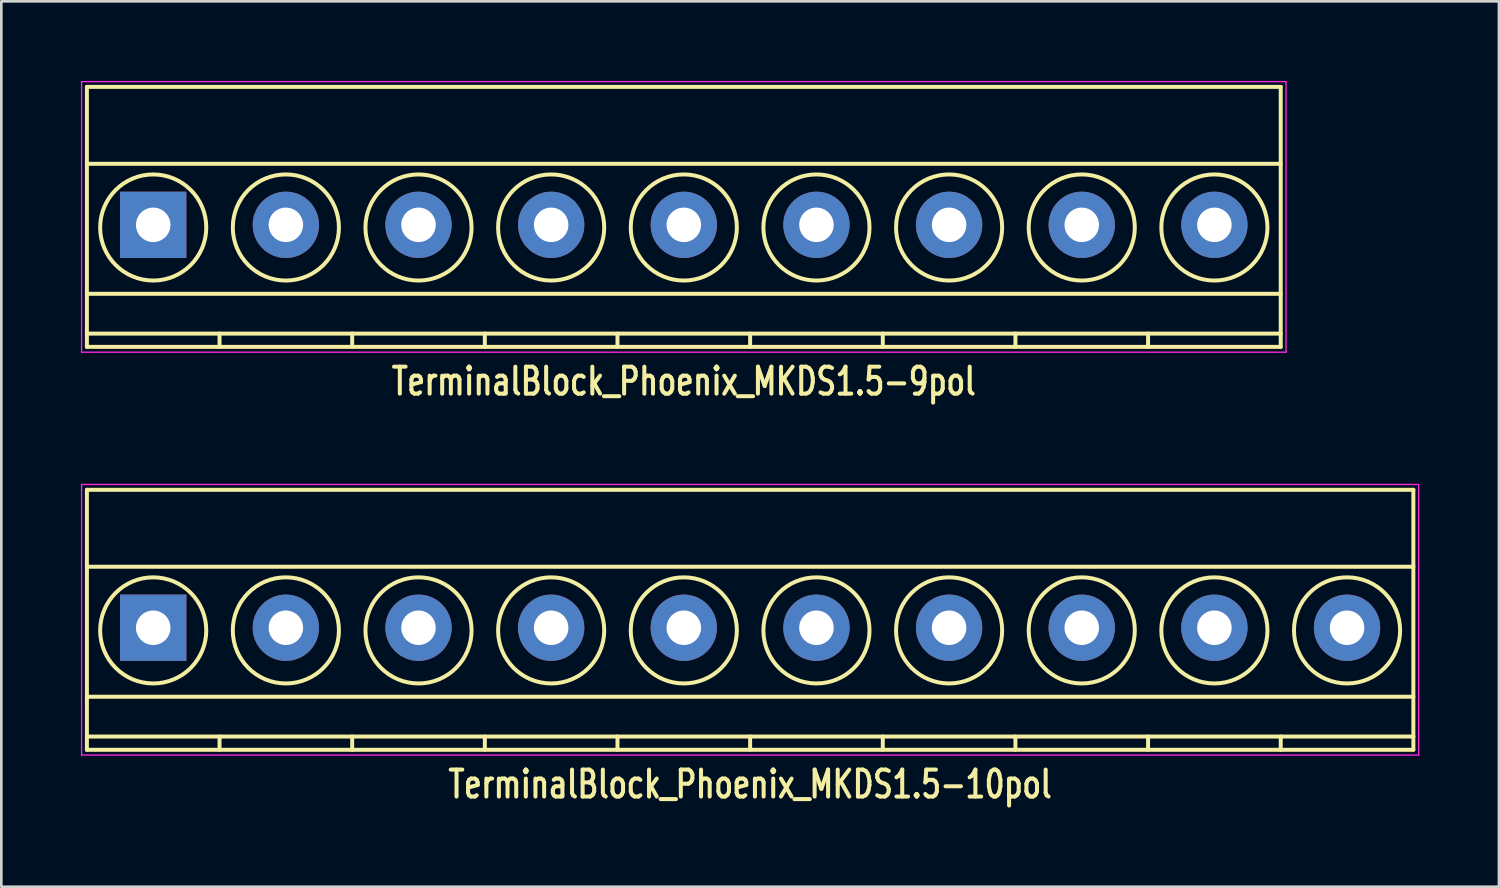
<source format=kicad_pcb>
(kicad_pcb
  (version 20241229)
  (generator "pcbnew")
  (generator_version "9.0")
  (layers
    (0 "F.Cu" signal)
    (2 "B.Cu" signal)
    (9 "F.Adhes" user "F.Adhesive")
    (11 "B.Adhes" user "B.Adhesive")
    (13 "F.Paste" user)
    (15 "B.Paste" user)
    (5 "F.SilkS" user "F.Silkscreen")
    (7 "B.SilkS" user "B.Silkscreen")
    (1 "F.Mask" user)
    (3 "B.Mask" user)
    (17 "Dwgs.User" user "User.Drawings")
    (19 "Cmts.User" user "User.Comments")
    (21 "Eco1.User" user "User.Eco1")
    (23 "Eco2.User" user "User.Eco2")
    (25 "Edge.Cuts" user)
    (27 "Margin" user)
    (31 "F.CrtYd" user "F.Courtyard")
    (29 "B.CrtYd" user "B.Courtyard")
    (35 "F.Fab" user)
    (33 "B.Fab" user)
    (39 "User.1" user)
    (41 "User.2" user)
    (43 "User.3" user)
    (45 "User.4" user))
  (footprint "TerminalBlock_Phoenix_MKDS1.5-9pol"
    (layer "F.Cu")
    (at 2.725 5.425)
    (property "Reference" "TerminalBlock_Phoenix_MKDS1.5-9pol" (at 20 5.9 0) (layer "F.SilkS") (effects (font (size 1.016 0.762) (thickness 0.152))))
    (attr through_hole)
    (fp_line (start -2.5 -5.2) (end -2.5 4.6) (stroke (width 0.15) (type solid)) (layer "F.SilkS"))
    (fp_line (start -2.5 -2.3) (end 42.5 -2.3) (stroke (width 0.15) (type solid)) (layer "F.SilkS"))
    (fp_line (start -2.5 2.6) (end 42.5 2.6) (stroke (width 0.15) (type solid)) (layer "F.SilkS"))
    (fp_line (start -2.5 4.1) (end 42.5 4.1) (stroke (width 0.15) (type solid)) (layer "F.SilkS"))
    (fp_line (start -2.5 4.6) (end 42.5 4.6) (stroke (width 0.15) (type solid)) (layer "F.SilkS"))
    (fp_line (start 2.5 4.1) (end 2.5 4.6) (stroke (width 0.15) (type solid)) (layer "F.SilkS"))
    (fp_line (start 7.5 4.1) (end 7.5 4.6) (stroke (width 0.15) (type solid)) (layer "F.SilkS"))
    (fp_line (start 12.5 4.1) (end 12.5 4.6) (stroke (width 0.15) (type solid)) (layer "F.SilkS"))
    (fp_line (start 17.5 4.1) (end 17.5 4.6) (stroke (width 0.15) (type solid)) (layer "F.SilkS"))
    (fp_line (start 22.5 4.1) (end 22.5 4.6) (stroke (width 0.15) (type solid)) (layer "F.SilkS"))
    (fp_line (start 27.5 4.1) (end 27.5 4.6) (stroke (width 0.15) (type solid)) (layer "F.SilkS"))
    (fp_line (start 32.5 4.1) (end 32.5 4.6) (stroke (width 0.15) (type solid)) (layer "F.SilkS"))
    (fp_line (start 37.5 4.1) (end 37.5 4.6) (stroke (width 0.15) (type solid)) (layer "F.SilkS"))
    (fp_line (start 42.5 -5.2) (end -2.5 -5.2) (stroke (width 0.15) (type solid)) (layer "F.SilkS"))
    (fp_line (start 42.5 4.6) (end 42.5 -5.2) (stroke (width 0.15) (type solid)) (layer "F.SilkS"))
    (fp_circle (center 0 0.1) (end 2 0.1) (stroke (width 0.15) (type solid)) (fill no) (layer "F.SilkS"))
    (fp_circle (center 5 0.1) (end 3 0.1) (stroke (width 0.15) (type solid)) (fill no) (layer "F.SilkS"))
    (fp_circle (center 10 0.1) (end 8 0.1) (stroke (width 0.15) (type solid)) (fill no) (layer "F.SilkS"))
    (fp_circle (center 15 0.1) (end 13 0.1) (stroke (width 0.15) (type solid)) (fill no) (layer "F.SilkS"))
    (fp_circle (center 20 0.1) (end 18 0.1) (stroke (width 0.15) (type solid)) (fill no) (layer "F.SilkS"))
    (fp_circle (center 25 0.1) (end 23 0.1) (stroke (width 0.15) (type solid)) (fill no) (layer "F.SilkS"))
    (fp_circle (center 30 0.1) (end 28 0.1) (stroke (width 0.15) (type solid)) (fill no) (layer "F.SilkS"))
    (fp_circle (center 35 0.1) (end 33 0.1) (stroke (width 0.15) (type solid)) (fill no) (layer "F.SilkS"))
    (fp_circle (center 40 0.1) (end 38 0.1) (stroke (width 0.15) (type solid)) (fill no) (layer "F.SilkS"))
    (fp_line (start -2.7 -5.4) (end 42.7 -5.4) (stroke (width 0.05) (type solid)) (layer "F.CrtYd"))
    (fp_line (start -2.7 4.8) (end -2.7 -5.4) (stroke (width 0.05) (type solid)) (layer "F.CrtYd"))
    (fp_line (start 42.7 -5.4) (end 42.7 4.8) (stroke (width 0.05) (type solid)) (layer "F.CrtYd"))
    (fp_line (start 42.7 4.8) (end -2.7 4.8) (stroke (width 0.05) (type solid)) (layer "F.CrtYd"))
    (pad "1" thru_hole rect (at 0 0) (size 2.5 2.5) (drill 1.3) (layers "*.Cu" "*.Mask"))
    (pad "2" thru_hole circle (at 5 0) (size 2.5 2.5) (drill 1.3) (layers "*.Cu" "*.Mask"))
    (pad "3" thru_hole circle (at 10 0) (size 2.5 2.5) (drill 1.3) (layers "*.Cu" "*.Mask"))
    (pad "4" thru_hole circle (at 15 0) (size 2.5 2.5) (drill 1.3) (layers "*.Cu" "*.Mask"))
    (pad "5" thru_hole circle (at 20 0) (size 2.5 2.5) (drill 1.3) (layers "*.Cu" "*.Mask"))
    (pad "6" thru_hole circle (at 25 0) (size 2.5 2.5) (drill 1.3) (layers "*.Cu" "*.Mask"))
    (pad "7" thru_hole circle (at 30 0) (size 2.5 2.5) (drill 1.3) (layers "*.Cu" "*.Mask"))
    (pad "8" thru_hole circle (at 35 0) (size 2.5 2.5) (drill 1.3) (layers "*.Cu" "*.Mask"))
    (pad "9" thru_hole circle (at 40 0) (size 2.5 2.5) (drill 1.3) (layers "*.Cu" "*.Mask")))
  (footprint "TerminalBlock_Phoenix_MKDS1.5-10pol"
    (layer "F.Cu")
    (at 2.725 20.612)
    (property "Reference" "TerminalBlock_Phoenix_MKDS1.5-10pol" (at 22.5 5.9 0) (layer "F.SilkS") (effects (font (size 1.016 0.762) (thickness 0.152))))
    (attr through_hole)
    (fp_line (start -2.5 -5.2) (end -2.5 4.6) (stroke (width 0.15) (type solid)) (layer "F.SilkS"))
    (fp_line (start -2.5 -2.3) (end 47.5 -2.3) (stroke (width 0.15) (type solid)) (layer "F.SilkS"))
    (fp_line (start -2.5 2.6) (end 47.5 2.6) (stroke (width 0.15) (type solid)) (layer "F.SilkS"))
    (fp_line (start -2.5 4.1) (end 47.5 4.1) (stroke (width 0.15) (type solid)) (layer "F.SilkS"))
    (fp_line (start -2.5 4.6) (end 47.5 4.6) (stroke (width 0.15) (type solid)) (layer "F.SilkS"))
    (fp_line (start 2.5 4.1) (end 2.5 4.6) (stroke (width 0.15) (type solid)) (layer "F.SilkS"))
    (fp_line (start 7.5 4.1) (end 7.5 4.6) (stroke (width 0.15) (type solid)) (layer "F.SilkS"))
    (fp_line (start 12.5 4.1) (end 12.5 4.6) (stroke (width 0.15) (type solid)) (layer "F.SilkS"))
    (fp_line (start 17.5 4.1) (end 17.5 4.6) (stroke (width 0.15) (type solid)) (layer "F.SilkS"))
    (fp_line (start 22.5 4.1) (end 22.5 4.6) (stroke (width 0.15) (type solid)) (layer "F.SilkS"))
    (fp_line (start 27.5 4.1) (end 27.5 4.6) (stroke (width 0.15) (type solid)) (layer "F.SilkS"))
    (fp_line (start 32.5 4.1) (end 32.5 4.6) (stroke (width 0.15) (type solid)) (layer "F.SilkS"))
    (fp_line (start 37.5 4.1) (end 37.5 4.6) (stroke (width 0.15) (type solid)) (layer "F.SilkS"))
    (fp_line (start 42.5 4.1) (end 42.5 4.6) (stroke (width 0.15) (type solid)) (layer "F.SilkS"))
    (fp_line (start 47.5 -5.2) (end -2.5 -5.2) (stroke (width 0.15) (type solid)) (layer "F.SilkS"))
    (fp_line (start 47.5 4.6) (end 47.5 -5.2) (stroke (width 0.15) (type solid)) (layer "F.SilkS"))
    (fp_circle (center 0 0.1) (end 2 0.1) (stroke (width 0.15) (type solid)) (fill no) (layer "F.SilkS"))
    (fp_circle (center 5 0.1) (end 3 0.1) (stroke (width 0.15) (type solid)) (fill no) (layer "F.SilkS"))
    (fp_circle (center 10 0.1) (end 8 0.1) (stroke (width 0.15) (type solid)) (fill no) (layer "F.SilkS"))
    (fp_circle (center 15 0.1) (end 13 0.1) (stroke (width 0.15) (type solid)) (fill no) (layer "F.SilkS"))
    (fp_circle (center 20 0.1) (end 18 0.1) (stroke (width 0.15) (type solid)) (fill no) (layer "F.SilkS"))
    (fp_circle (center 25 0.1) (end 23 0.1) (stroke (width 0.15) (type solid)) (fill no) (layer "F.SilkS"))
    (fp_circle (center 30 0.1) (end 28 0.1) (stroke (width 0.15) (type solid)) (fill no) (layer "F.SilkS"))
    (fp_circle (center 35 0.1) (end 33 0.1) (stroke (width 0.15) (type solid)) (fill no) (layer "F.SilkS"))
    (fp_circle (center 40 0.1) (end 38 0.1) (stroke (width 0.15) (type solid)) (fill no) (layer "F.SilkS"))
    (fp_circle (center 45 0.1) (end 43 0.1) (stroke (width 0.15) (type solid)) (fill no) (layer "F.SilkS"))
    (fp_line (start -2.7 -5.4) (end -2.7 4.8) (stroke (width 0.05) (type solid)) (layer "F.CrtYd"))
    (fp_line (start -2.7 4.8) (end 47.7 4.8) (stroke (width 0.05) (type solid)) (layer "F.CrtYd"))
    (fp_line (start 47.7 -5.4) (end -2.7 -5.4) (stroke (width 0.05) (type solid)) (layer "F.CrtYd"))
    (fp_line (start 47.7 4.8) (end 47.7 -5.4) (stroke (width 0.05) (type solid)) (layer "F.CrtYd"))
    (pad "1" thru_hole rect (at 0 0) (size 2.5 2.5) (drill 1.3) (layers "*.Cu" "*.Mask"))
    (pad "2" thru_hole circle (at 5 0) (size 2.5 2.5) (drill 1.3) (layers "*.Cu" "*.Mask"))
    (pad "3" thru_hole circle (at 10 0) (size 2.5 2.5) (drill 1.3) (layers "*.Cu" "*.Mask"))
    (pad "4" thru_hole circle (at 15 0) (size 2.5 2.5) (drill 1.3) (layers "*.Cu" "*.Mask"))
    (pad "5" thru_hole circle (at 20 0) (size 2.5 2.5) (drill 1.3) (layers "*.Cu" "*.Mask"))
    (pad "6" thru_hole circle (at 25 0) (size 2.5 2.5) (drill 1.3) (layers "*.Cu" "*.Mask"))
    (pad "7" thru_hole circle (at 30 0) (size 2.5 2.5) (drill 1.3) (layers "*.Cu" "*.Mask"))
    (pad "8" thru_hole circle (at 35 0) (size 2.5 2.5) (drill 1.3) (layers "*.Cu" "*.Mask"))
    (pad "9" thru_hole circle (at 40 0) (size 2.5 2.5) (drill 1.3) (layers "*.Cu" "*.Mask"))
    (pad "10" thru_hole circle (at 45 0) (size 2.5 2.5) (drill 1.3) (layers "*.Cu" "*.Mask")))
  (gr_rect
    (start -3 -3)
    (end 53.45 30.374)
    (stroke (width 0.1) (type default))
    (fill no)
    (layer "Edge.Cuts")))
</source>
